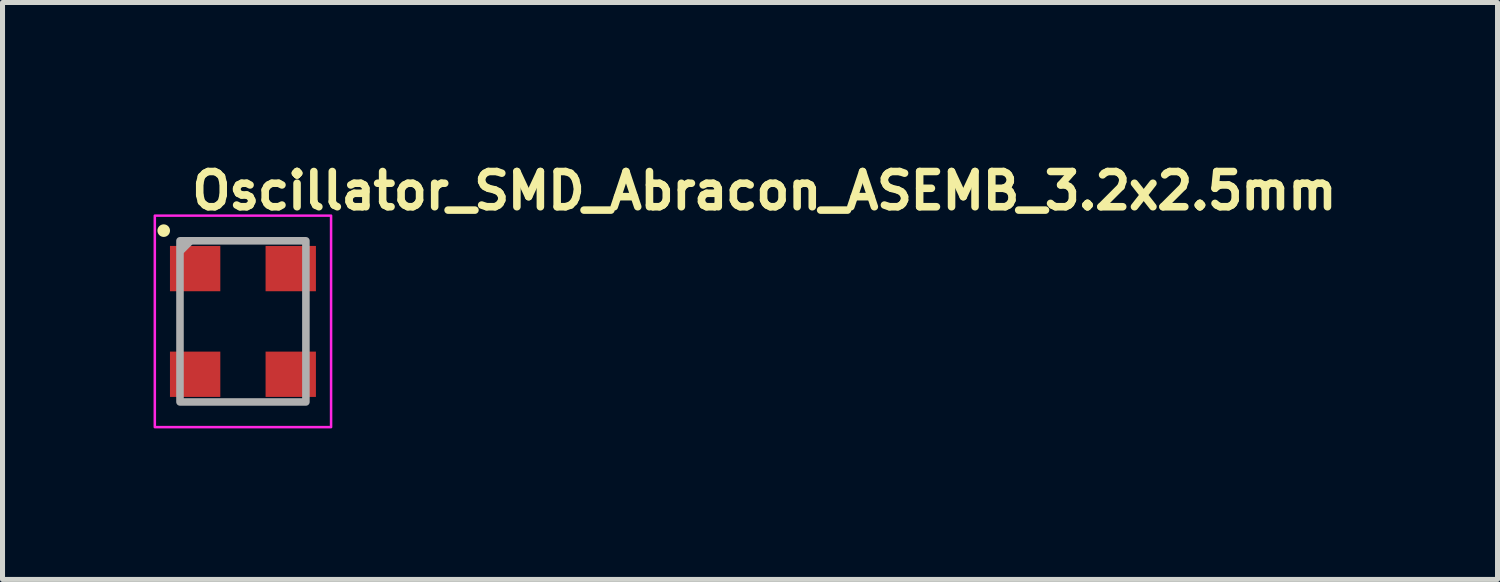
<source format=kicad_pcb>
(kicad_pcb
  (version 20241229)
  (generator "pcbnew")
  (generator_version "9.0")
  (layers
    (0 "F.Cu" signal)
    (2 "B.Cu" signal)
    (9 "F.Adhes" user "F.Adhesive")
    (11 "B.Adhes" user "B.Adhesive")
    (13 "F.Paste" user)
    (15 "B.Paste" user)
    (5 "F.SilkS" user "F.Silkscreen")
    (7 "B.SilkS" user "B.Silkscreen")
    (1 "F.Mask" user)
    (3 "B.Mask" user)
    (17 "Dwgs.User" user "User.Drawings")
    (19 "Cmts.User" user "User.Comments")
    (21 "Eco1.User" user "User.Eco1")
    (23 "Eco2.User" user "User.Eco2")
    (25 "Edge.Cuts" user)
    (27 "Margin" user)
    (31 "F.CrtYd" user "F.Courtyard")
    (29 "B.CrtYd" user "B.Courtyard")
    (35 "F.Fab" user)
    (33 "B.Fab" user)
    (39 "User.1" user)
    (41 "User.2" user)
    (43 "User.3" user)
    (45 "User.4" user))
  (footprint "Oscillator_SMD_Abracon_ASEMB_3.2x2.5mm"
    (layer "F.Cu")
    (at 1.777 3.334)
    (property "Reference" "Oscillator_SMD_Abracon_ASEMB_3.2x2.5mm" (at -1.092 -2.184 0) (layer "F.SilkS") (effects (font (size 0.7 0.7) (thickness 0.15)) (justify left bottom)))
    (attr smd)
    (fp_circle (center -1.575 -1.803) (end -1.525 -1.803) (stroke (width 0.15) (type solid)) (fill yes) (layer "F.SilkS"))
    (fp_rect (start -1.752 -2.101) (end 1.749 2.1) (stroke (width 0.05) (type solid)) (fill no) (layer "F.CrtYd"))
    (fp_line (start -1.219 -1.422) (end -1.067 -1.575) (stroke (width 0.15) (type solid)) (layer "F.Fab"))
    (fp_rect (start -1.252 -1.601) (end 1.249 1.6) (stroke (width 0.15) (type solid)) (fill no) (layer "F.Fab"))
    (fp_rect (start -1.252 -1.601) (end 1.249 1.6) (stroke (width 0.1) (type solid)) (fill no) (layer "User.5"))
    (fp_line (start -1.252 -1.601) (end -1.252 1.6) (stroke (width 0.02) (type solid)) (layer "User.9"))
    (fp_line (start 0.674 1.088) (end 0.674 1.092) (stroke (width 0.02) (type solid)) (layer "User.9"))
    (fp_line (start 0.674 1.092) (end 0.674 1.096) (stroke (width 0.02) (type solid)) (layer "User.9"))
    (fp_line (start 0.674 1.096) (end 0.674 1.098) (stroke (width 0.02) (type solid)) (layer "User.9"))
    (fp_line (start 0.674 1.1) (end 0.674 1.102) (stroke (width 0.02) (type solid)) (layer "User.9"))
    (fp_line (start 0.674 1.102) (end 0.674 1.106) (stroke (width 0.02) (type solid)) (layer "User.9"))
    (fp_line (start 0.674 1.106) (end 0.674 1.11) (stroke (width 0.02) (type solid)) (layer "User.9"))
    (fp_line (start 0.674 1.11) (end 0.676 1.114) (stroke (width 0.02) (type solid)) (layer "User.9"))
    (fp_line (start 0.676 1.082) (end 0.676 1.084) (stroke (width 0.02) (type solid)) (layer "User.9"))
    (fp_line (start 0.676 1.084) (end 0.674 1.088) (stroke (width 0.02) (type solid)) (layer "User.9"))
    (fp_line (start 0.676 1.114) (end 0.676 1.118) (stroke (width 0.02) (type solid)) (layer "User.9"))
    (fp_line (start 0.676 1.118) (end 0.678 1.122) (stroke (width 0.02) (type solid)) (layer "User.9"))
    (fp_line (start 0.678 1.074) (end 0.678 1.078) (stroke (width 0.02) (type solid)) (layer "User.9"))
    (fp_line (start 0.678 1.078) (end 0.676 1.082) (stroke (width 0.02) (type solid)) (layer "User.9"))
    (fp_line (start 0.678 1.122) (end 0.678 1.126) (stroke (width 0.02) (type solid)) (layer "User.9"))
    (fp_line (start 0.678 1.126) (end 0.68 1.128) (stroke (width 0.02) (type solid)) (layer "User.9"))
    (fp_line (start 0.68 1.07) (end 0.678 1.074) (stroke (width 0.02) (type solid)) (layer "User.9"))
    (fp_line (start 0.68 1.128) (end 0.682 1.132) (stroke (width 0.02) (type solid)) (layer "User.9"))
    (fp_line (start 0.682 1.066) (end 0.68 1.07) (stroke (width 0.02) (type solid)) (layer "User.9"))
    (fp_line (start 0.682 1.132) (end 0.684 1.136) (stroke (width 0.02) (type solid)) (layer "User.9"))
    (fp_line (start 0.684 1.062) (end 0.684 1.064) (stroke (width 0.02) (type solid)) (layer "User.9"))
    (fp_line (start 0.684 1.064) (end 0.682 1.066) (stroke (width 0.02) (type solid)) (layer "User.9"))
    (fp_line (start 0.684 1.136) (end 0.684 1.138) (stroke (width 0.02) (type solid)) (layer "User.9"))
    (fp_line (start 0.684 1.138) (end 0.686 1.14) (stroke (width 0.02) (type solid)) (layer "User.9"))
    (fp_line (start 0.686 1.058) (end 0.684 1.062) (stroke (width 0.02) (type solid)) (layer "User.9"))
    (fp_line (start 0.686 1.14) (end 0.688 1.144) (stroke (width 0.02) (type solid)) (layer "User.9"))
    (fp_line (start 0.688 1.054) (end 0.686 1.058) (stroke (width 0.02) (type solid)) (layer "User.9"))
    (fp_line (start 0.688 1.144) (end 0.692 1.148) (stroke (width 0.02) (type solid)) (layer "User.9"))
    (fp_line (start 0.692 1.052) (end 0.688 1.054) (stroke (width 0.02) (type solid)) (layer "User.9"))
    (fp_line (start 0.692 1.148) (end 0.694 1.15) (stroke (width 0.02) (type solid)) (layer "User.9"))
    (fp_line (start 0.694 1.05) (end 0.692 1.052) (stroke (width 0.02) (type solid)) (layer "User.9"))
    (fp_line (start 0.694 1.15) (end 0.696 1.153) (stroke (width 0.02) (type solid)) (layer "User.9"))
    (fp_line (start 0.696 1.046) (end 0.694 1.05) (stroke (width 0.02) (type solid)) (layer "User.9"))
    (fp_line (start 0.696 1.153) (end 0.698 1.155) (stroke (width 0.02) (type solid)) (layer "User.9"))
    (fp_line (start 0.698 1.044) (end 0.696 1.046) (stroke (width 0.02) (type solid)) (layer "User.9"))
    (fp_line (start 0.698 1.155) (end 0.702 1.157) (stroke (width 0.02) (type solid)) (layer "User.9"))
    (fp_line (start 0.702 1.042) (end 0.698 1.044) (stroke (width 0.02) (type solid)) (layer "User.9"))
    (fp_line (start 0.702 1.157) (end 0.703 1.159) (stroke (width 0.02) (type solid)) (layer "User.9"))
    (fp_line (start 0.703 1.038) (end 0.702 1.042) (stroke (width 0.02) (type solid)) (layer "User.9"))
    (fp_line (start 0.703 1.159) (end 0.707 1.163) (stroke (width 0.02) (type solid)) (layer "User.9"))
    (fp_line (start 0.707 1.038) (end 0.703 1.038) (stroke (width 0.02) (type solid)) (layer "User.9"))
    (fp_line (start 0.707 1.163) (end 0.709 1.163) (stroke (width 0.02) (type solid)) (layer "User.9"))
    (fp_line (start 0.709 1.034) (end 0.707 1.038) (stroke (width 0.02) (type solid)) (layer "User.9"))
    (fp_line (start 0.709 1.163) (end 0.713 1.165) (stroke (width 0.02) (type solid)) (layer "User.9"))
    (fp_line (start 0.713 1.034) (end 0.709 1.034) (stroke (width 0.02) (type solid)) (layer "User.9"))
    (fp_line (start 0.713 1.165) (end 0.716 1.167) (stroke (width 0.02) (type solid)) (layer "User.9"))
    (fp_line (start 0.716 1.032) (end 0.713 1.034) (stroke (width 0.02) (type solid)) (layer "User.9"))
    (fp_line (start 0.716 1.167) (end 0.718 1.169) (stroke (width 0.02) (type solid)) (layer "User.9"))
    (fp_line (start 0.718 1.03) (end 0.716 1.032) (stroke (width 0.02) (type solid)) (layer "User.9"))
    (fp_line (start 0.718 1.169) (end 0.722 1.171) (stroke (width 0.02) (type solid)) (layer "User.9"))
    (fp_line (start 0.722 1.03) (end 0.718 1.03) (stroke (width 0.02) (type solid)) (layer "User.9"))
    (fp_line (start 0.722 1.171) (end 0.726 1.171) (stroke (width 0.02) (type solid)) (layer "User.9"))
    (fp_line (start 0.726 1.028) (end 0.722 1.03) (stroke (width 0.02) (type solid)) (layer "User.9"))
    (fp_line (start 0.726 1.171) (end 0.73 1.171) (stroke (width 0.02) (type solid)) (layer "User.9"))
    (fp_line (start 0.73 1.026) (end 0.726 1.028) (stroke (width 0.02) (type solid)) (layer "User.9"))
    (fp_line (start 0.73 1.171) (end 0.732 1.173) (stroke (width 0.02) (type solid)) (layer "User.9"))
    (fp_line (start 0.732 1.026) (end 0.73 1.026) (stroke (width 0.02) (type solid)) (layer "User.9"))
    (fp_line (start 0.732 1.173) (end 0.736 1.175) (stroke (width 0.02) (type solid)) (layer "User.9"))
    (fp_line (start 0.736 1.026) (end 0.732 1.026) (stroke (width 0.02) (type solid)) (layer "User.9"))
    (fp_line (start 0.736 1.175) (end 0.74 1.175) (stroke (width 0.02) (type solid)) (layer "User.9"))
    (fp_line (start 0.74 1.026) (end 0.736 1.026) (stroke (width 0.02) (type solid)) (layer "User.9"))
    (fp_line (start 0.74 1.175) (end 0.744 1.175) (stroke (width 0.02) (type solid)) (layer "User.9"))
    (fp_line (start 0.744 1.026) (end 0.74 1.026) (stroke (width 0.02) (type solid)) (layer "User.9"))
    (fp_line (start 0.744 1.175) (end 0.748 1.175) (stroke (width 0.02) (type solid)) (layer "User.9"))
    (fp_line (start 0.748 1.026) (end 0.744 1.026) (stroke (width 0.02) (type solid)) (layer "User.9"))
    (fp_line (start 0.748 1.026) (end 0.748 1.026) (stroke (width 0.02) (type solid)) (layer "User.9"))
    (fp_line (start 0.748 1.175) (end 0.748 1.175) (stroke (width 0.02) (type solid)) (layer "User.9"))
    (fp_line (start 0.748 1.175) (end 0.752 1.175) (stroke (width 0.02) (type solid)) (layer "User.9"))
    (fp_line (start 0.752 1.026) (end 0.748 1.026) (stroke (width 0.02) (type solid)) (layer "User.9"))
    (fp_line (start 0.752 1.175) (end 0.756 1.175) (stroke (width 0.02) (type solid)) (layer "User.9"))
    (fp_line (start 0.756 1.026) (end 0.752 1.026) (stroke (width 0.02) (type solid)) (layer "User.9"))
    (fp_line (start 0.756 1.175) (end 0.76 1.175) (stroke (width 0.02) (type solid)) (layer "User.9"))
    (fp_line (start 0.76 1.026) (end 0.756 1.026) (stroke (width 0.02) (type solid)) (layer "User.9"))
    (fp_line (start 0.76 1.175) (end 0.764 1.173) (stroke (width 0.02) (type solid)) (layer "User.9"))
    (fp_line (start 0.764 1.026) (end 0.76 1.026) (stroke (width 0.02) (type solid)) (layer "User.9"))
    (fp_line (start 0.764 1.173) (end 0.766 1.171) (stroke (width 0.02) (type solid)) (layer "User.9"))
    (fp_line (start 0.766 1.026) (end 0.764 1.026) (stroke (width 0.02) (type solid)) (layer "User.9"))
    (fp_line (start 0.766 1.171) (end 0.771 1.171) (stroke (width 0.02) (type solid)) (layer "User.9"))
    (fp_line (start 0.771 1.028) (end 0.766 1.026) (stroke (width 0.02) (type solid)) (layer "User.9"))
    (fp_line (start 0.771 1.171) (end 0.775 1.171) (stroke (width 0.02) (type solid)) (layer "User.9"))
    (fp_line (start 0.775 1.03) (end 0.771 1.028) (stroke (width 0.02) (type solid)) (layer "User.9"))
    (fp_line (start 0.775 1.171) (end 0.779 1.169) (stroke (width 0.02) (type solid)) (layer "User.9"))
    (fp_line (start 0.779 1.03) (end 0.775 1.03) (stroke (width 0.02) (type solid)) (layer "User.9"))
    (fp_line (start 0.779 1.169) (end 0.781 1.167) (stroke (width 0.02) (type solid)) (layer "User.9"))
    (fp_line (start 0.781 1.032) (end 0.779 1.03) (stroke (width 0.02) (type solid)) (layer "User.9"))
    (fp_line (start 0.781 1.167) (end 0.785 1.165) (stroke (width 0.02) (type solid)) (layer "User.9"))
    (fp_line (start 0.785 1.034) (end 0.781 1.032) (stroke (width 0.02) (type solid)) (layer "User.9"))
    (fp_line (start 0.785 1.165) (end 0.787 1.163) (stroke (width 0.02) (type solid)) (layer "User.9"))
    (fp_line (start 0.787 1.034) (end 0.785 1.034) (stroke (width 0.02) (type solid)) (layer "User.9"))
    (fp_line (start 0.787 1.163) (end 0.791 1.163) (stroke (width 0.02) (type solid)) (layer "User.9"))
    (fp_line (start 0.791 1.038) (end 0.787 1.034) (stroke (width 0.02) (type solid)) (layer "User.9"))
    (fp_line (start 0.791 1.163) (end 0.793 1.159) (stroke (width 0.02) (type solid)) (layer "User.9"))
    (fp_line (start 0.793 1.038) (end 0.791 1.038) (stroke (width 0.02) (type solid)) (layer "User.9"))
    (fp_line (start 0.793 1.159) (end 0.797 1.157) (stroke (width 0.02) (type solid)) (layer "User.9"))
    (fp_line (start 0.797 1.042) (end 0.793 1.038) (stroke (width 0.02) (type solid)) (layer "User.9"))
    (fp_line (start 0.797 1.157) (end 0.799 1.155) (stroke (width 0.02) (type solid)) (layer "User.9"))
    (fp_line (start 0.799 1.044) (end 0.797 1.042) (stroke (width 0.02) (type solid)) (layer "User.9"))
    (fp_line (start 0.799 1.155) (end 0.803 1.153) (stroke (width 0.02) (type solid)) (layer "User.9"))
    (fp_line (start 0.803 1.046) (end 0.799 1.044) (stroke (width 0.02) (type solid)) (layer "User.9"))
    (fp_line (start 0.803 1.153) (end 0.805 1.15) (stroke (width 0.02) (type solid)) (layer "User.9"))
    (fp_line (start 0.805 1.05) (end 0.803 1.046) (stroke (width 0.02) (type solid)) (layer "User.9"))
    (fp_line (start 0.805 1.15) (end 0.807 1.148) (stroke (width 0.02) (type solid)) (layer "User.9"))
    (fp_line (start 0.807 1.052) (end 0.805 1.05) (stroke (width 0.02) (type solid)) (layer "User.9"))
    (fp_line (start 0.807 1.148) (end 0.809 1.144) (stroke (width 0.02) (type solid)) (layer "User.9"))
    (fp_line (start 0.809 1.054) (end 0.807 1.052) (stroke (width 0.02) (type solid)) (layer "User.9"))
    (fp_line (start 0.809 1.144) (end 0.811 1.14) (stroke (width 0.02) (type solid)) (layer "User.9"))
    (fp_line (start 0.811 1.058) (end 0.809 1.054) (stroke (width 0.02) (type solid)) (layer "User.9"))
    (fp_line (start 0.811 1.14) (end 0.813 1.138) (stroke (width 0.02) (type solid)) (layer "User.9"))
    (fp_line (start 0.813 1.062) (end 0.811 1.058) (stroke (width 0.02) (type solid)) (layer "User.9"))
    (fp_line (start 0.813 1.138) (end 0.815 1.136) (stroke (width 0.02) (type solid)) (layer "User.9"))
    (fp_line (start 0.815 1.064) (end 0.813 1.062) (stroke (width 0.02) (type solid)) (layer "User.9"))
    (fp_line (start 0.815 1.136) (end 0.817 1.132) (stroke (width 0.02) (type solid)) (layer "User.9"))
    (fp_line (start 0.817 1.066) (end 0.815 1.064) (stroke (width 0.02) (type solid)) (layer "User.9"))
    (fp_line (start 0.817 1.132) (end 0.819 1.128) (stroke (width 0.02) (type solid)) (layer "User.9"))
    (fp_line (start 0.819 1.07) (end 0.817 1.066) (stroke (width 0.02) (type solid)) (layer "User.9"))
    (fp_line (start 0.819 1.074) (end 0.819 1.07) (stroke (width 0.02) (type solid)) (layer "User.9"))
    (fp_line (start 0.819 1.126) (end 0.821 1.122) (stroke (width 0.02) (type solid)) (layer "User.9"))
    (fp_line (start 0.819 1.128) (end 0.819 1.126) (stroke (width 0.02) (type solid)) (layer "User.9"))
    (fp_line (start 0.821 1.078) (end 0.819 1.074) (stroke (width 0.02) (type solid)) (layer "User.9"))
    (fp_line (start 0.821 1.082) (end 0.821 1.078) (stroke (width 0.02) (type solid)) (layer "User.9"))
    (fp_line (start 0.821 1.118) (end 0.823 1.114) (stroke (width 0.02) (type solid)) (layer "User.9"))
    (fp_line (start 0.821 1.122) (end 0.821 1.118) (stroke (width 0.02) (type solid)) (layer "User.9"))
    (fp_line (start 0.823 1.084) (end 0.821 1.082) (stroke (width 0.02) (type solid)) (layer "User.9"))
    (fp_line (start 0.823 1.088) (end 0.823 1.084) (stroke (width 0.02) (type solid)) (layer "User.9"))
    (fp_line (start 0.823 1.092) (end 0.823 1.088) (stroke (width 0.02) (type solid)) (layer "User.9"))
    (fp_line (start 0.823 1.096) (end 0.823 1.092) (stroke (width 0.02) (type solid)) (layer "User.9"))
    (fp_line (start 0.823 1.1) (end 0.823 1.096) (stroke (width 0.02) (type solid)) (layer "User.9"))
    (fp_line (start 0.823 1.102) (end 0.823 1.1) (stroke (width 0.02) (type solid)) (layer "User.9"))
    (fp_line (start 0.823 1.106) (end 0.823 1.102) (stroke (width 0.02) (type solid)) (layer "User.9"))
    (fp_line (start 0.823 1.11) (end 0.823 1.106) (stroke (width 0.02) (type solid)) (layer "User.9"))
    (fp_line (start 0.823 1.114) (end 0.823 1.11) (stroke (width 0.02) (type solid)) (layer "User.9"))
    (fp_line (start 1.249 -1.601) (end -1.252 -1.601) (stroke (width 0.02) (type solid)) (layer "User.9"))
    (fp_line (start 1.249 -1.601) (end 1.249 1.6) (stroke (width 0.02) (type solid)) (layer "User.9"))
    (fp_line (start 1.249 1.6) (end -1.252 1.6) (stroke (width 0.02) (type solid)) (layer "User.9"))
    (pad "1" smd rect (at -0.951 -1.049) (size 1 0.9) (layers "F.Cu" "F.Mask" "F.Paste"))
    (pad "2" smd rect (at -0.951 1.05) (size 1 0.9) (layers "F.Cu" "F.Mask" "F.Paste"))
    (pad "3" smd rect (at 0.948 1.05) (size 1 0.9) (layers "F.Cu" "F.Mask" "F.Paste"))
    (pad "4" smd rect (at 0.948 -1.049) (size 1 0.9) (layers "F.Cu" "F.Mask" "F.Paste")))
  (gr_rect
    (start -3 -3)
    (end 26.695 8.459)
    (stroke (width 0.1) (type default))
    (fill no)
    (layer "Edge.Cuts")))
</source>
